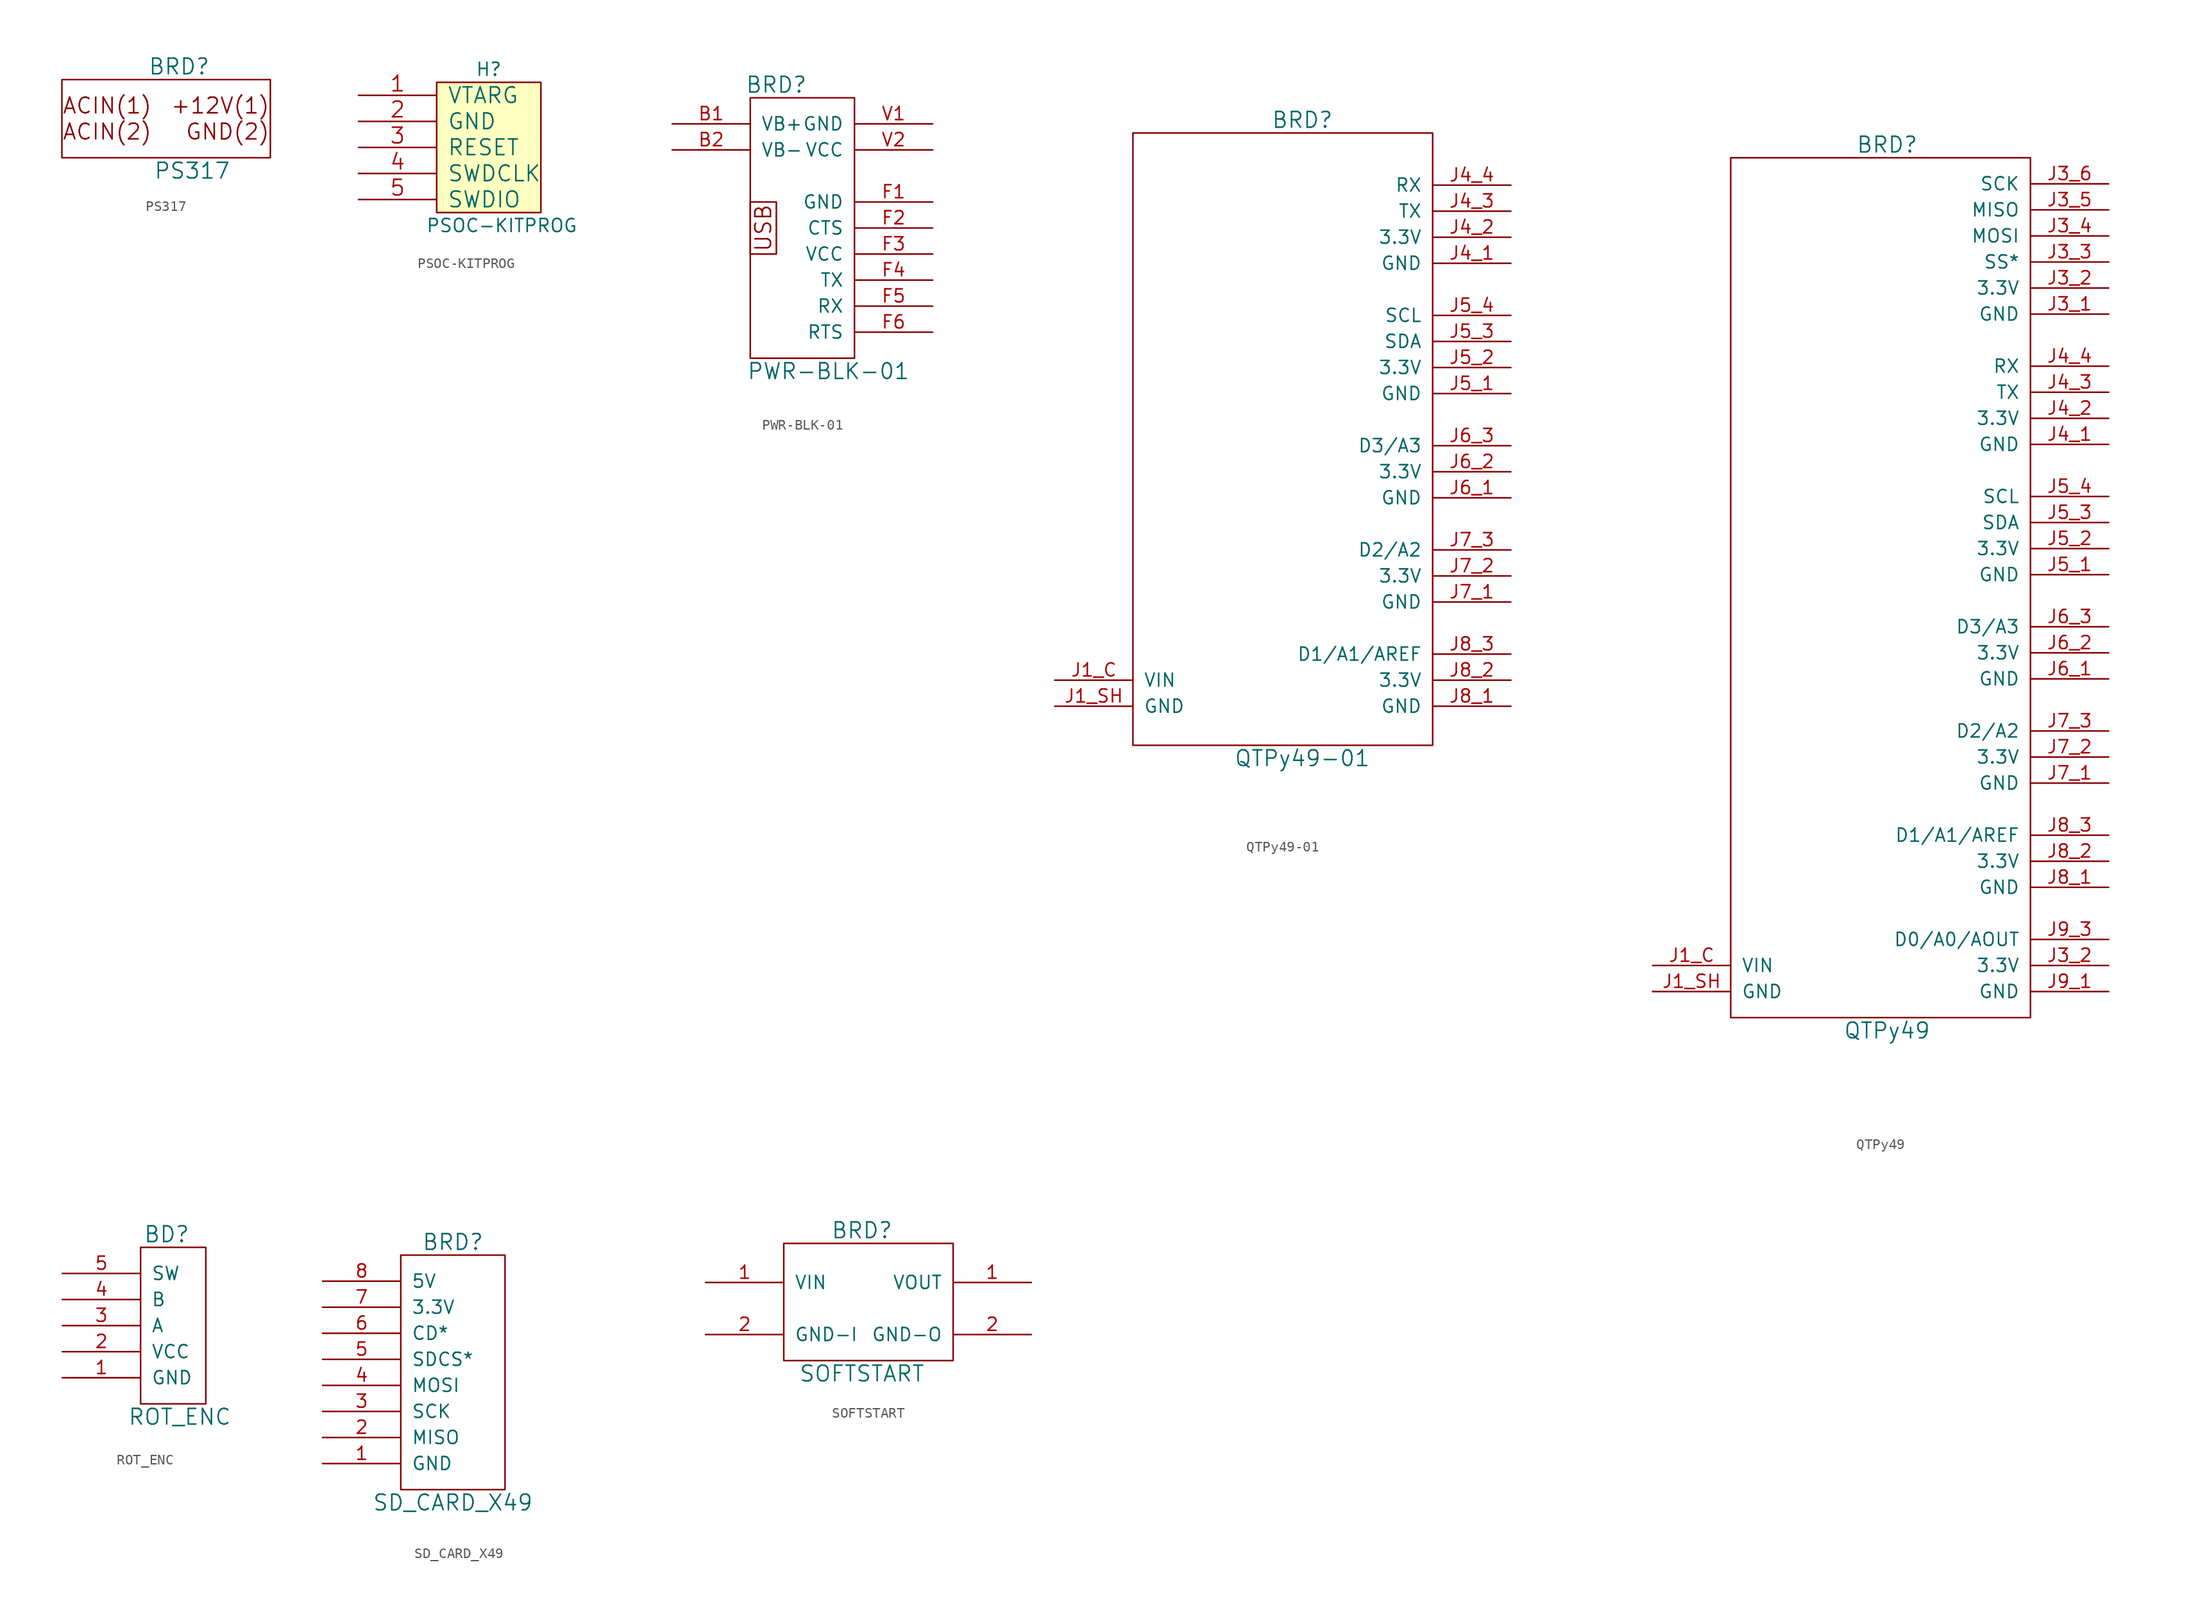
<source format=kicad_sym>
(kicad_symbol_lib
  (version 20220914)
  (generator kicad_symbol_editor)
  (symbol "PS317"
    (pin_names
      (offset 1.016))
    (property "Reference" "BRD"
      (at 2.54 8.89 0)
      (effects (font (size 1.524 1.524))))
    (property "Value" "PS317"
      (at 3.81 -1.27 0)
      (effects (font (size 1.524 1.524))))
    (property "Footprint" ""
      (at 0 0 0)
      (effects (font (size 1.524 1.524))))
    (property "Datasheet" ""
      (at 0 0 0)
      (effects (font (size 1.524 1.524))))
    (symbol "PS317_0_0"
      (text "+12V(1)" (at 11.43 5.08 0) (effects (font (size 1.524 1.524)) (justify right)))
      (text "ACIN(1)" (at -8.89 5.08 0) (effects (font (size 1.524 1.524)) (justify left)))
      (text "ACIN(2)" (at -8.89 2.54 0) (effects (font (size 1.524 1.524)) (justify left)))
      (text "GND(2)" (at 11.43 2.54 0) (effects (font (size 1.524 1.524)) (justify right))))
    (symbol "PS317_0_1"
      (rectangle (start -8.89 0) (end 11.43 7.62) (stroke (width 0) (type default)) (fill (type none)))))
  (symbol "PSOC-KITPROG"
    (pin_names
      (offset 1.016))
    (property "Reference" "H"
      (at 0 7.62 0)
      (effects (font (size 1.27 1.27))))
    (property "Value" "PSOC-KITPROG"
      (at 1.27 -7.62 0)
      (effects (font (size 1.27 1.27))))
    (property "Footprint" ""
      (at -2.54 0 0)
      (effects (font (size 1.524 1.524))))
    (property "Datasheet" ""
      (at -2.54 0 0)
      (effects (font (size 1.524 1.524))))
    (symbol "PSOC-KITPROG_0_1"
      (rectangle (start -5.08 6.35) (end 5.08 -6.35) (stroke (width 0) (type default)) (fill (type background))))
    (symbol "PSOC-KITPROG_1_1"
      (pin power_out line (at -12.7 5.08 0) (length 7.62) (name "VTARG" (effects (font (size 1.524 1.524)))) (number "1" (effects (font (size 1.524 1.524)))))
      (pin power_out line (at -12.7 2.54 0) (length 7.62) (name "GND" (effects (font (size 1.524 1.524)))) (number "2" (effects (font (size 1.524 1.524)))))
      (pin input line (at -12.7 0 0) (length 7.62) (name "RESET" (effects (font (size 1.524 1.524)))) (number "3" (effects (font (size 1.524 1.524)))))
      (pin output line (at -12.7 -2.54 0) (length 7.62) (name "SWDCLK" (effects (font (size 1.524 1.524)))) (number "4" (effects (font (size 1.524 1.524)))))
      (pin bidirectional line (at -12.7 -5.08 0) (length 7.62) (name "SWDIO" (effects (font (size 1.524 1.524)))) (number "5" (effects (font (size 1.524 1.524)))))))
  (symbol "PWR-BLK-01"
    (pin_names
      (offset 1.016))
    (property "Reference" "BRD"
      (at -2.54 13.97 0)
      (effects (font (size 1.524 1.524))))
    (property "Value" "PWR-BLK-01"
      (at 2.54 -13.97 0)
      (effects (font (size 1.524 1.524))))
    (property "Footprint" ""
      (at 0 -12.7 0)
      (effects (font (size 1.524 1.524))))
    (property "Datasheet" ""
      (at 0 -12.7 0)
      (effects (font (size 1.524 1.524))))
    (symbol "PWR-BLK-01_0_0"
      (rectangle (start -5.08 -12.7) (end 5.08 12.7) (stroke (width 0) (type default)) (fill (type none)))
      (rectangle (start -5.08 2.54) (end -2.54 -2.54) (stroke (width 0) (type default)) (fill (type none)))
      (text "USB" (at -3.81 0 900) (effects (font (size 1.524 1.524)))))
    (symbol "PWR-BLK-01_1_1"
      (pin power_in line (at -12.7 10.16 0) (length 7.62) (name "VB+" (effects (font (size 1.27 1.27)))) (number "B1" (effects (font (size 1.27 1.27)))))
      (pin power_in line (at -12.7 7.62 0) (length 7.62) (name "VB-" (effects (font (size 1.27 1.27)))) (number "B2" (effects (font (size 1.27 1.27)))))
      (pin power_out line (at 12.7 2.54 180) (length 7.62) (name "GND" (effects (font (size 1.27 1.27)))) (number "F1" (effects (font (size 1.27 1.27)))))
      (pin input line (at 12.7 0 180) (length 7.62) (name "CTS" (effects (font (size 1.27 1.27)))) (number "F2" (effects (font (size 1.27 1.27)))))
      (pin power_out line (at 12.7 -2.54 180) (length 7.62) (name "VCC" (effects (font (size 1.27 1.27)))) (number "F3" (effects (font (size 1.27 1.27)))))
      (pin output line (at 12.7 -5.08 180) (length 7.62) (name "TX" (effects (font (size 1.27 1.27)))) (number "F4" (effects (font (size 1.27 1.27)))))
      (pin input line (at 12.7 -7.62 180) (length 7.62) (name "RX" (effects (font (size 1.27 1.27)))) (number "F5" (effects (font (size 1.27 1.27)))))
      (pin output line (at 12.7 -10.16 180) (length 7.62) (name "RTS" (effects (font (size 1.27 1.27)))) (number "F6" (effects (font (size 1.27 1.27)))))
      (pin power_out line (at 12.7 10.16 180) (length 7.62) (name "GND" (effects (font (size 1.27 1.27)))) (number "V1" (effects (font (size 1.27 1.27)))))
      (pin power_out line (at 12.7 7.62 180) (length 7.62) (name "VCC" (effects (font (size 1.27 1.27)))) (number "V2" (effects (font (size 1.27 1.27)))))))
  (symbol "QTPy49-01"
    (pin_names
      (offset 1.016))
    (property "Reference" "BRD"
      (at 0 30.48 0)
      (effects (font (size 1.524 1.524))))
    (property "Value" "QTPy49-01"
      (at 0 -31.75 0)
      (effects (font (size 1.524 1.524))))
    (property "Footprint" ""
      (at 2.54 20.32 0)
      (effects (font (size 1.524 1.524))))
    (property "Datasheet" ""
      (at 2.54 20.32 0)
      (effects (font (size 1.524 1.524))))
    (symbol "QTPy49-01_0_0"
      (rectangle (start -16.51 29.21) (end 12.7 -30.48) (stroke (width 0) (type default)) (fill (type none))))
    (symbol "QTPy49-01_1_1"
      (pin power_in line (at -24.13 -24.13 0) (length 7.62) (name "VIN" (effects (font (size 1.27 1.27)))) (number "J1_C" (effects (font (size 1.27 1.27)))))
      (pin power_in line (at -24.13 -26.67 0) (length 7.62) (name "GND" (effects (font (size 1.27 1.27)))) (number "J1_SH" (effects (font (size 1.27 1.27)))))
      (pin power_in line (at 20.32 16.51 180) (length 7.62) (name "GND" (effects (font (size 1.27 1.27)))) (number "J4_1" (effects (font (size 1.27 1.27)))))
      (pin power_out line (at 20.32 19.05 180) (length 7.62) (name "3.3V" (effects (font (size 1.27 1.27)))) (number "J4_2" (effects (font (size 1.27 1.27)))))
      (pin output line (at 20.32 21.59 180) (length 7.62) (name "TX" (effects (font (size 1.27 1.27)))) (number "J4_3" (effects (font (size 1.27 1.27)))))
      (pin output line (at 20.32 24.13 180) (length 7.62) (name "RX" (effects (font (size 1.27 1.27)))) (number "J4_4" (effects (font (size 1.27 1.27)))))
      (pin power_in line (at 20.32 3.81 180) (length 7.62) (name "GND" (effects (font (size 1.27 1.27)))) (number "J5_1" (effects (font (size 1.27 1.27)))))
      (pin power_out line (at 20.32 6.35 180) (length 7.62) (name "3.3V" (effects (font (size 1.27 1.27)))) (number "J5_2" (effects (font (size 1.27 1.27)))))
      (pin bidirectional line (at 20.32 8.89 180) (length 7.62) (name "SDA" (effects (font (size 1.27 1.27)))) (number "J5_3" (effects (font (size 1.27 1.27)))))
      (pin output line (at 20.32 11.43 180) (length 7.62) (name "SCL" (effects (font (size 1.27 1.27)))) (number "J5_4" (effects (font (size 1.27 1.27)))))
      (pin power_in line (at 20.32 -6.35 180) (length 7.62) (name "GND" (effects (font (size 1.27 1.27)))) (number "J6_1" (effects (font (size 1.27 1.27)))))
      (pin power_out line (at 20.32 -3.81 180) (length 7.62) (name "3.3V" (effects (font (size 1.27 1.27)))) (number "J6_2" (effects (font (size 1.27 1.27)))))
      (pin bidirectional line (at 20.32 -1.27 180) (length 7.62) (name "D3/A3" (effects (font (size 1.27 1.27)))) (number "J6_3" (effects (font (size 1.27 1.27)))))
      (pin power_in line (at 20.32 -16.51 180) (length 7.62) (name "GND" (effects (font (size 1.27 1.27)))) (number "J7_1" (effects (font (size 1.27 1.27)))))
      (pin power_out line (at 20.32 -13.97 180) (length 7.62) (name "3.3V" (effects (font (size 1.27 1.27)))) (number "J7_2" (effects (font (size 1.27 1.27)))))
      (pin bidirectional line (at 20.32 -11.43 180) (length 7.62) (name "D2/A2" (effects (font (size 1.27 1.27)))) (number "J7_3" (effects (font (size 1.27 1.27)))))
      (pin power_in line (at 20.32 -26.67 180) (length 7.62) (name "GND" (effects (font (size 1.27 1.27)))) (number "J8_1" (effects (font (size 1.27 1.27)))))
      (pin power_out line (at 20.32 -24.13 180) (length 7.62) (name "3.3V" (effects (font (size 1.27 1.27)))) (number "J8_2" (effects (font (size 1.27 1.27)))))
      (pin bidirectional line (at 20.32 -21.59 180) (length 7.62) (name "D1/A1/AREF" (effects (font (size 1.27 1.27)))) (number "J8_3" (effects (font (size 1.27 1.27)))))))
  (symbol "QTPy49"
    (pin_names
      (offset 1.016))
    (property "Reference" "BRD"
      (at -1.27 45.72 0)
      (effects (font (size 1.524 1.524))))
    (property "Value" "QTPy49"
      (at -1.27 -40.64 0)
      (effects (font (size 1.524 1.524))))
    (property "Footprint" ""
      (at 2.54 20.32 0)
      (effects (font (size 1.524 1.524))))
    (property "Datasheet" ""
      (at 2.54 20.32 0)
      (effects (font (size 1.524 1.524))))
    (symbol "QTPy49_0_0"
      (rectangle (start -16.51 44.45) (end 12.7 -39.37) (stroke (width 0) (type default)) (fill (type none))))
    (symbol "QTPy49_1_1"
      (pin power_in line (at -24.13 -34.29 0) (length 7.62) (name "VIN" (effects (font (size 1.27 1.27)))) (number "J1_C" (effects (font (size 1.27 1.27)))))
      (pin power_in line (at -24.13 -36.83 0) (length 7.62) (name "GND" (effects (font (size 1.27 1.27)))) (number "J1_SH" (effects (font (size 1.27 1.27)))))
      (pin power_in line (at 20.32 29.21 180) (length 7.62) (name "GND" (effects (font (size 1.27 1.27)))) (number "J3_1" (effects (font (size 1.27 1.27)))))
      (pin power_out line (at 20.32 -34.29 180) (length 7.62) (name "3.3V" (effects (font (size 1.27 1.27)))) (number "J3_2" (effects (font (size 1.27 1.27)))))
      (pin power_out line (at 20.32 31.75 180) (length 7.62) (name "3.3V" (effects (font (size 1.27 1.27)))) (number "J3_2" (effects (font (size 1.27 1.27)))))
      (pin output line (at 20.32 34.29 180) (length 7.62) (name "SS*" (effects (font (size 1.27 1.27)))) (number "J3_3" (effects (font (size 1.27 1.27)))))
      (pin output line (at 20.32 36.83 180) (length 7.62) (name "MOSI" (effects (font (size 1.27 1.27)))) (number "J3_4" (effects (font (size 1.27 1.27)))))
      (pin input line (at 20.32 39.37 180) (length 7.62) (name "MISO" (effects (font (size 1.27 1.27)))) (number "J3_5" (effects (font (size 1.27 1.27)))))
      (pin output line (at 20.32 41.91 180) (length 7.62) (name "SCK" (effects (font (size 1.27 1.27)))) (number "J3_6" (effects (font (size 1.27 1.27)))))
      (pin power_in line (at 20.32 16.51 180) (length 7.62) (name "GND" (effects (font (size 1.27 1.27)))) (number "J4_1" (effects (font (size 1.27 1.27)))))
      (pin power_out line (at 20.32 19.05 180) (length 7.62) (name "3.3V" (effects (font (size 1.27 1.27)))) (number "J4_2" (effects (font (size 1.27 1.27)))))
      (pin output line (at 20.32 21.59 180) (length 7.62) (name "TX" (effects (font (size 1.27 1.27)))) (number "J4_3" (effects (font (size 1.27 1.27)))))
      (pin output line (at 20.32 24.13 180) (length 7.62) (name "RX" (effects (font (size 1.27 1.27)))) (number "J4_4" (effects (font (size 1.27 1.27)))))
      (pin power_in line (at 20.32 3.81 180) (length 7.62) (name "GND" (effects (font (size 1.27 1.27)))) (number "J5_1" (effects (font (size 1.27 1.27)))))
      (pin power_out line (at 20.32 6.35 180) (length 7.62) (name "3.3V" (effects (font (size 1.27 1.27)))) (number "J5_2" (effects (font (size 1.27 1.27)))))
      (pin bidirectional line (at 20.32 8.89 180) (length 7.62) (name "SDA" (effects (font (size 1.27 1.27)))) (number "J5_3" (effects (font (size 1.27 1.27)))))
      (pin output line (at 20.32 11.43 180) (length 7.62) (name "SCL" (effects (font (size 1.27 1.27)))) (number "J5_4" (effects (font (size 1.27 1.27)))))
      (pin power_in line (at 20.32 -6.35 180) (length 7.62) (name "GND" (effects (font (size 1.27 1.27)))) (number "J6_1" (effects (font (size 1.27 1.27)))))
      (pin power_out line (at 20.32 -3.81 180) (length 7.62) (name "3.3V" (effects (font (size 1.27 1.27)))) (number "J6_2" (effects (font (size 1.27 1.27)))))
      (pin bidirectional line (at 20.32 -1.27 180) (length 7.62) (name "D3/A3" (effects (font (size 1.27 1.27)))) (number "J6_3" (effects (font (size 1.27 1.27)))))
      (pin power_in line (at 20.32 -16.51 180) (length 7.62) (name "GND" (effects (font (size 1.27 1.27)))) (number "J7_1" (effects (font (size 1.27 1.27)))))
      (pin power_out line (at 20.32 -13.97 180) (length 7.62) (name "3.3V" (effects (font (size 1.27 1.27)))) (number "J7_2" (effects (font (size 1.27 1.27)))))
      (pin bidirectional line (at 20.32 -11.43 180) (length 7.62) (name "D2/A2" (effects (font (size 1.27 1.27)))) (number "J7_3" (effects (font (size 1.27 1.27)))))
      (pin power_in line (at 20.32 -26.67 180) (length 7.62) (name "GND" (effects (font (size 1.27 1.27)))) (number "J8_1" (effects (font (size 1.27 1.27)))))
      (pin power_out line (at 20.32 -24.13 180) (length 7.62) (name "3.3V" (effects (font (size 1.27 1.27)))) (number "J8_2" (effects (font (size 1.27 1.27)))))
      (pin bidirectional line (at 20.32 -21.59 180) (length 7.62) (name "D1/A1/AREF" (effects (font (size 1.27 1.27)))) (number "J8_3" (effects (font (size 1.27 1.27)))))
      (pin power_in line (at 20.32 -36.83 180) (length 7.62) (name "GND" (effects (font (size 1.27 1.27)))) (number "J9_1" (effects (font (size 1.27 1.27)))))
      (pin bidirectional line (at 20.32 -31.75 180) (length 7.62) (name "D0/A0/AOUT" (effects (font (size 1.27 1.27)))) (number "J9_3" (effects (font (size 1.27 1.27)))))))
  (symbol "ROT_ENC"
    (pin_names
      (offset 1.016))
    (property "Reference" "BD"
      (at 0 8.89 0)
      (effects (font (size 1.524 1.524))))
    (property "Value" "ROT_ENC"
      (at 1.27 -8.89 0)
      (effects (font (size 1.524 1.524))))
    (property "Footprint" ""
      (at 2.54 2.54 0)
      (effects (font (size 1.524 1.524))))
    (property "Datasheet" ""
      (at 2.54 2.54 0)
      (effects (font (size 1.524 1.524))))
    (symbol "ROT_ENC_0_1"
      (rectangle (start -2.54 -7.62) (end 3.81 7.62) (stroke (width 0) (type default)) (fill (type none))))
    (symbol "ROT_ENC_1_1"
      (pin power_out line (at -10.16 -5.08 0) (length 7.62) (name "GND" (effects (font (size 1.27 1.27)))) (number "1" (effects (font (size 1.27 1.27)))))
      (pin power_out line (at -10.16 -2.54 0) (length 7.62) (name "VCC" (effects (font (size 1.27 1.27)))) (number "2" (effects (font (size 1.27 1.27)))))
      (pin power_out line (at -10.16 0 0) (length 7.62) (name "A" (effects (font (size 1.27 1.27)))) (number "3" (effects (font (size 1.27 1.27)))))
      (pin power_in line (at -10.16 2.54 0) (length 7.62) (name "B" (effects (font (size 1.27 1.27)))) (number "4" (effects (font (size 1.27 1.27)))))
      (pin power_in line (at -10.16 5.08 0) (length 7.62) (name "SW" (effects (font (size 1.27 1.27)))) (number "5" (effects (font (size 1.27 1.27)))))))
  (symbol "SD_CARD_X49"
    (pin_names
      (offset 1.016))
    (property "Reference" "BRD"
      (at 0 11.43 0)
      (effects (font (size 1.524 1.524))))
    (property "Value" "SD_CARD_X49"
      (at 0 -13.97 0)
      (effects (font (size 1.524 1.524))))
    (property "Footprint" ""
      (at 13.97 0 0)
      (effects (font (size 1.524 1.524))))
    (property "Datasheet" ""
      (at 13.97 0 0)
      (effects (font (size 1.524 1.524))))
    (symbol "SD_CARD_X49_0_0"
      (rectangle (start -5.08 10.16) (end 5.08 -12.7) (stroke (width 0) (type default)) (fill (type none))))
    (symbol "SD_CARD_X49_1_1"
      (pin power_in line (at -12.7 -10.16 0) (length 7.62) (name "GND" (effects (font (size 1.27 1.27)))) (number "1" (effects (font (size 1.27 1.27)))))
      (pin output line (at -12.7 -7.62 0) (length 7.62) (name "MISO" (effects (font (size 1.27 1.27)))) (number "2" (effects (font (size 1.27 1.27)))))
      (pin input line (at -12.7 -5.08 0) (length 7.62) (name "SCK" (effects (font (size 1.27 1.27)))) (number "3" (effects (font (size 1.27 1.27)))))
      (pin input line (at -12.7 -2.54 0) (length 7.62) (name "MOSI" (effects (font (size 1.27 1.27)))) (number "4" (effects (font (size 1.27 1.27)))))
      (pin input line (at -12.7 0 0) (length 7.62) (name "SDCS*" (effects (font (size 1.27 1.27)))) (number "5" (effects (font (size 1.27 1.27)))))
      (pin output line (at -12.7 2.54 0) (length 7.62) (name "CD*" (effects (font (size 1.27 1.27)))) (number "6" (effects (font (size 1.27 1.27)))))
      (pin power_out line (at -12.7 5.08 0) (length 7.62) (name "3.3V" (effects (font (size 1.27 1.27)))) (number "7" (effects (font (size 1.27 1.27)))))
      (pin power_in line (at -12.7 7.62 0) (length 7.62) (name "5V" (effects (font (size 1.27 1.27)))) (number "8" (effects (font (size 1.27 1.27)))))))
  (symbol "SOFTSTART"
    (pin_names
      (offset 1.016))
    (property "Reference" "BRD"
      (at 0 13.97 0)
      (effects (font (size 1.524 1.524))))
    (property "Value" "SOFTSTART"
      (at 0 0 0)
      (effects (font (size 1.524 1.524))))
    (property "Footprint" ""
      (at 0 0 0)
      (effects (font (size 1.524 1.524))))
    (property "Datasheet" ""
      (at 0 0 0)
      (effects (font (size 1.524 1.524))))
    (symbol "SOFTSTART_0_1"
      (rectangle (start -7.62 12.7) (end 8.89 1.27) (stroke (width 0) (type default)) (fill (type none))))
    (symbol "SOFTSTART_1_1"
      (pin power_in line (at -15.24 8.89 0) (length 7.62) (name "VIN" (effects (font (size 1.27 1.27)))) (number "1" (effects (font (size 1.27 1.27)))))
      (pin power_out line (at 16.51 8.89 180) (length 7.62) (name "VOUT" (effects (font (size 1.27 1.27)))) (number "1" (effects (font (size 1.27 1.27)))))
      (pin power_in line (at -15.24 3.81 0) (length 7.62) (name "GND-I" (effects (font (size 1.27 1.27)))) (number "2" (effects (font (size 1.27 1.27)))))
      (pin power_out line (at 16.51 3.81 180) (length 7.62) (name "GND-O" (effects (font (size 1.27 1.27)))) (number "2" (effects (font (size 1.27 1.27))))))))
</source>
